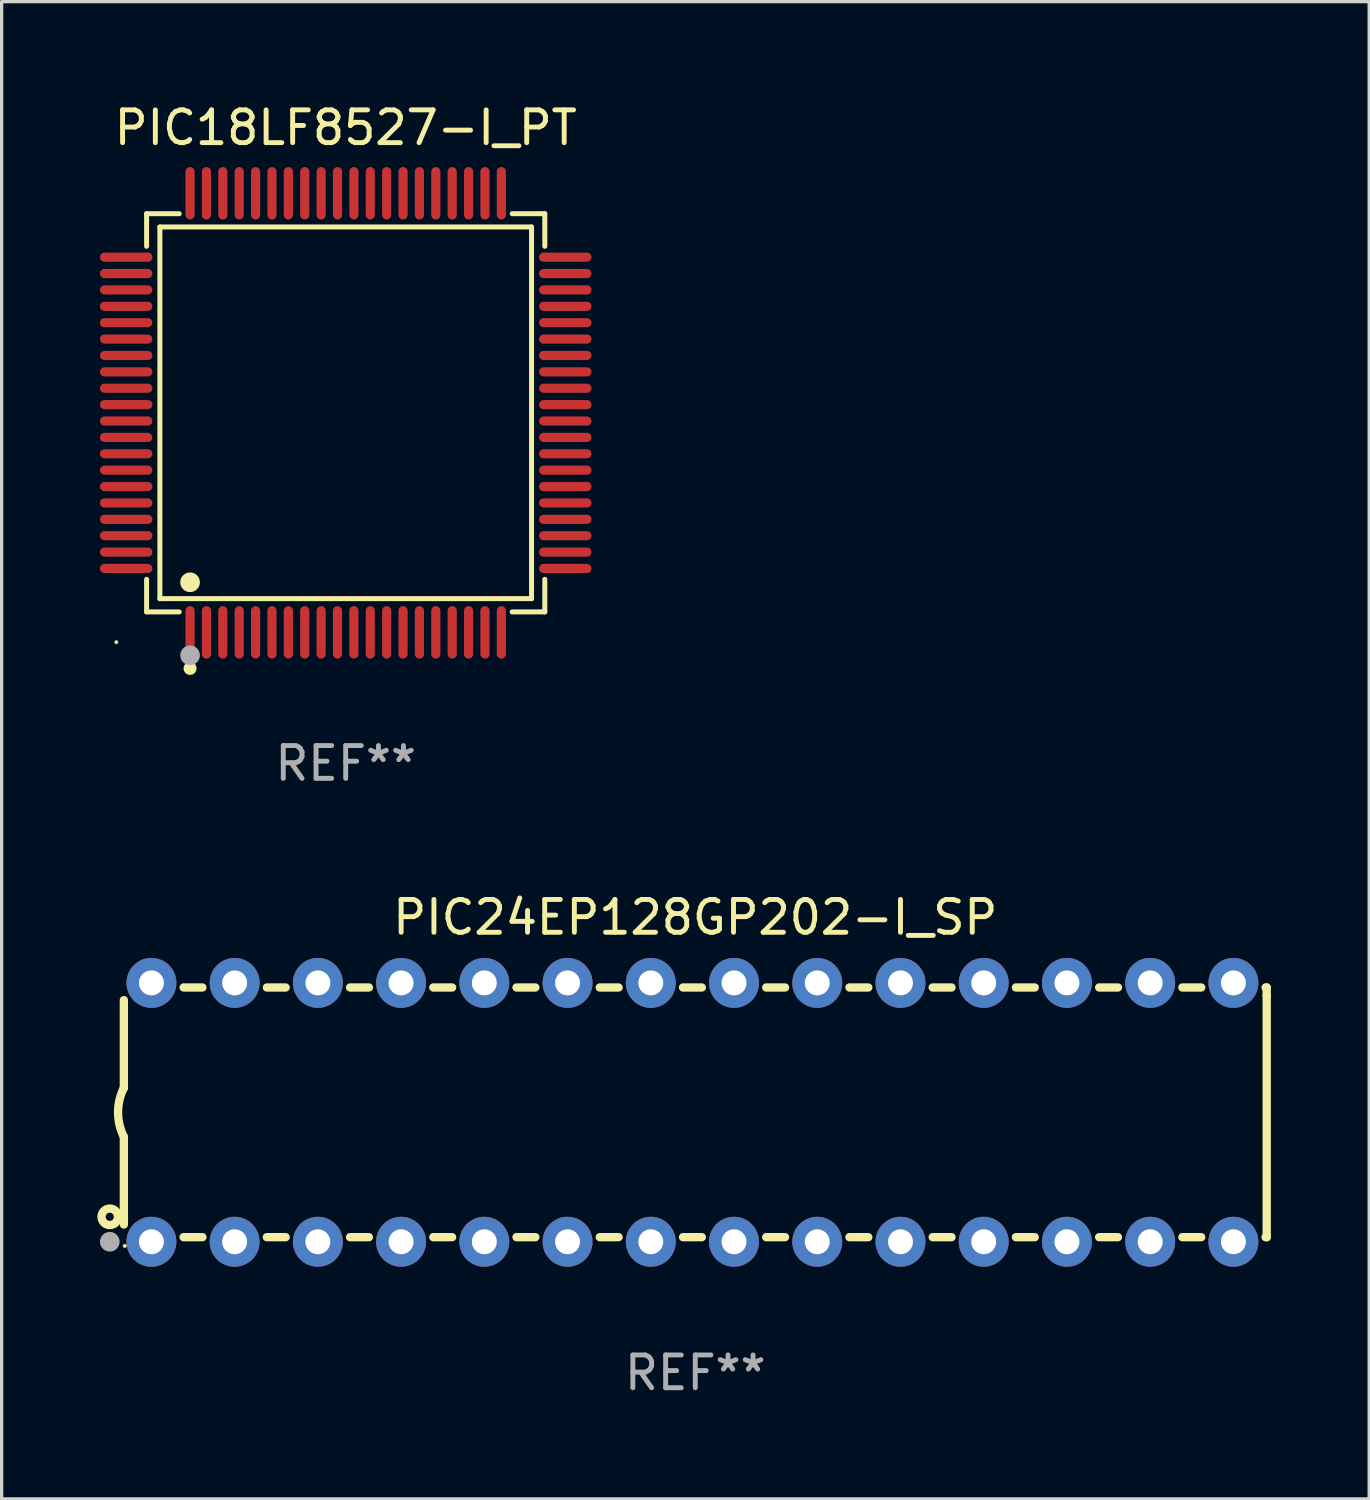
<source format=kicad_pcb>
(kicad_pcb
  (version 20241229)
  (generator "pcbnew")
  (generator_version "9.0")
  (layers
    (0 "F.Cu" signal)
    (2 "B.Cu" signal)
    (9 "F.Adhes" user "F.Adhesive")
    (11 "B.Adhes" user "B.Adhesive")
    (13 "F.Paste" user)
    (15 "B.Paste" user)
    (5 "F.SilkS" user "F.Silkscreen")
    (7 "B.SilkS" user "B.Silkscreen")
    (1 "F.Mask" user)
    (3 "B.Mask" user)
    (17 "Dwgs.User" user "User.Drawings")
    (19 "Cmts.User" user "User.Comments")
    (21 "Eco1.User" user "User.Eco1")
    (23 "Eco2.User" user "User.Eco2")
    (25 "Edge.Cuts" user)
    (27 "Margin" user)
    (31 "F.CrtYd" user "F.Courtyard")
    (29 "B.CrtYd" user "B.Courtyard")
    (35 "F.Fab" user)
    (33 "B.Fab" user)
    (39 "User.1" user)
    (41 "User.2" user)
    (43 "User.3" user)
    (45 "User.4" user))
  (footprint "PIC24EP128GP202-I_SP"
    (layer "F.Cu")
    (at 18.168 30.895)
    (property "Reference" "PIC24EP128GP202-I_SP" (at 0 -5.95 0) (layer "F.SilkS") (effects (font (size 1 1) (thickness 0.15))))
    (attr through_hole)
    (fp_line (start -17.438 0.75) (end -17.438 3.423) (stroke (width 0.254) (type solid)) (layer "F.SilkS"))
    (fp_line (start -17.438 -3.423) (end -17.438 -0.75) (stroke (width 0.254) (type solid)) (layer "F.SilkS"))
    (fp_line (start -15.615 3.81) (end -15.041 3.81) (stroke (width 0.254) (type solid)) (layer "F.SilkS"))
    (fp_line (start -15.041 -3.81) (end -15.614 -3.81) (stroke (width 0.254) (type solid)) (layer "F.SilkS"))
    (fp_line (start -13.075 3.81) (end -12.501 3.81) (stroke (width 0.254) (type solid)) (layer "F.SilkS"))
    (fp_line (start -12.501 -3.81) (end -13.074 -3.81) (stroke (width 0.254) (type solid)) (layer "F.SilkS"))
    (fp_line (start -10.535 3.81) (end -9.961 3.81) (stroke (width 0.254) (type solid)) (layer "F.SilkS"))
    (fp_line (start -9.961 -3.81) (end -10.534 -3.81) (stroke (width 0.254) (type solid)) (layer "F.SilkS"))
    (fp_line (start -7.995 3.81) (end -7.421 3.81) (stroke (width 0.254) (type solid)) (layer "F.SilkS"))
    (fp_line (start -7.421 -3.81) (end -7.995 -3.81) (stroke (width 0.254) (type solid)) (layer "F.SilkS"))
    (fp_line (start -5.455 3.81) (end -4.881 3.81) (stroke (width 0.254) (type solid)) (layer "F.SilkS"))
    (fp_line (start -4.881 -3.81) (end -5.455 -3.81) (stroke (width 0.254) (type solid)) (layer "F.SilkS"))
    (fp_line (start -2.915 3.81) (end -2.341 3.81) (stroke (width 0.254) (type solid)) (layer "F.SilkS"))
    (fp_line (start -2.341 -3.81) (end -2.915 -3.81) (stroke (width 0.254) (type solid)) (layer "F.SilkS"))
    (fp_line (start -0.375 3.81) (end 0.199 3.81) (stroke (width 0.254) (type solid)) (layer "F.SilkS"))
    (fp_line (start 0.199 -3.81) (end -0.375 -3.81) (stroke (width 0.254) (type solid)) (layer "F.SilkS"))
    (fp_line (start 2.165 3.81) (end 2.739 3.81) (stroke (width 0.254) (type solid)) (layer "F.SilkS"))
    (fp_line (start 2.739 -3.81) (end 2.165 -3.81) (stroke (width 0.254) (type solid)) (layer "F.SilkS"))
    (fp_line (start 4.705 3.81) (end 5.279 3.81) (stroke (width 0.254) (type solid)) (layer "F.SilkS"))
    (fp_line (start 5.279 -3.81) (end 4.705 -3.81) (stroke (width 0.254) (type solid)) (layer "F.SilkS"))
    (fp_line (start 7.245 3.81) (end 7.819 3.81) (stroke (width 0.254) (type solid)) (layer "F.SilkS"))
    (fp_line (start 7.819 -3.81) (end 7.245 -3.81) (stroke (width 0.254) (type solid)) (layer "F.SilkS"))
    (fp_line (start 9.785 3.81) (end 10.359 3.81) (stroke (width 0.254) (type solid)) (layer "F.SilkS"))
    (fp_line (start 10.359 -3.81) (end 9.785 -3.81) (stroke (width 0.254) (type solid)) (layer "F.SilkS"))
    (fp_line (start 12.325 3.81) (end 12.899 3.81) (stroke (width 0.254) (type solid)) (layer "F.SilkS"))
    (fp_line (start 12.899 -3.81) (end 12.325 -3.81) (stroke (width 0.254) (type solid)) (layer "F.SilkS"))
    (fp_line (start 14.865 3.81) (end 15.439 3.81) (stroke (width 0.254) (type solid)) (layer "F.SilkS"))
    (fp_line (start 15.439 -3.81) (end 14.865 -3.81) (stroke (width 0.254) (type solid)) (layer "F.SilkS"))
    (fp_line (start 17.405 3.81) (end 17.438 3.81) (stroke (width 0.254) (type solid)) (layer "F.SilkS"))
    (fp_line (start 17.438 -3.81) (end 17.405 -3.81) (stroke (width 0.254) (type solid)) (layer "F.SilkS"))
    (fp_line (start 17.438 -3.556) (end 17.438 -3.81) (stroke (width 0.254) (type solid)) (layer "F.SilkS"))
    (fp_line (start 17.438 3.81) (end 17.438 -3.556) (stroke (width 0.254) (type solid)) (layer "F.SilkS"))
    (fp_arc (start -17.437986 0.749657) (mid -17.614887 -0.000024) (end -17.437783 -0.749657) (stroke (width 0.254001) (type solid)) (layer "F.SilkS"))
    (fp_circle (center -17.868 3.188) (end -17.743 3.188) (stroke (width 0.254) (type solid)) (fill no) (layer "F.SilkS"))
    (fp_circle (center -17.411 4.077) (end -17.381 4.077) (stroke (width 0.06) (type solid)) (fill no) (layer "F.SilkS"))
    (fp_circle (center -17.868 3.95) (end -17.718 3.95) (stroke (width 0.3) (type solid)) (fill no) (layer "F.Fab"))
    (fp_text user "REF**" (at 0 7.95 0) (layer "F.Fab") (effects (font (size 1 1) (thickness 0.15))))
    (pad "1" thru_hole circle (at -16.598 3.95) (size 1.524 1.524) (drill 0.762) (layers "*.Cu" "*.Mask"))
    (pad "2" thru_hole circle (at -14.058 3.95) (size 1.524 1.524) (drill 0.762) (layers "*.Cu" "*.Mask"))
    (pad "3" thru_hole circle (at -11.518 3.95) (size 1.524 1.524) (drill 0.762) (layers "*.Cu" "*.Mask"))
    (pad "4" thru_hole circle (at -8.978 3.95) (size 1.524 1.524) (drill 0.762) (layers "*.Cu" "*.Mask"))
    (pad "5" thru_hole circle (at -6.438 3.95) (size 1.524 1.524) (drill 0.762) (layers "*.Cu" "*.Mask"))
    (pad "6" thru_hole circle (at -3.898 3.95) (size 1.524 1.524) (drill 0.762) (layers "*.Cu" "*.Mask"))
    (pad "7" thru_hole circle (at -1.358 3.95) (size 1.524 1.524) (drill 0.762) (layers "*.Cu" "*.Mask"))
    (pad "8" thru_hole circle (at 1.182 3.95) (size 1.524 1.524) (drill 0.762) (layers "*.Cu" "*.Mask"))
    (pad "9" thru_hole circle (at 3.722 3.95) (size 1.524 1.524) (drill 0.762) (layers "*.Cu" "*.Mask"))
    (pad "10" thru_hole circle (at 6.262 3.95) (size 1.524 1.524) (drill 0.762) (layers "*.Cu" "*.Mask"))
    (pad "11" thru_hole circle (at 8.802 3.95) (size 1.524 1.524) (drill 0.762) (layers "*.Cu" "*.Mask"))
    (pad "12" thru_hole circle (at 11.342 3.95) (size 1.524 1.524) (drill 0.762) (layers "*.Cu" "*.Mask"))
    (pad "13" thru_hole circle (at 13.882 3.95) (size 1.524 1.524) (drill 0.762) (layers "*.Cu" "*.Mask"))
    (pad "14" thru_hole circle (at 16.422 3.95) (size 1.524 1.524) (drill 0.762) (layers "*.Cu" "*.Mask"))
    (pad "15" thru_hole circle (at 16.422 -3.95) (size 1.524 1.524) (drill 0.762) (layers "*.Cu" "*.Mask"))
    (pad "16" thru_hole circle (at 13.882 -3.95) (size 1.524 1.524) (drill 0.762) (layers "*.Cu" "*.Mask"))
    (pad "17" thru_hole circle (at 11.342 -3.95) (size 1.524 1.524) (drill 0.762) (layers "*.Cu" "*.Mask"))
    (pad "18" thru_hole circle (at 8.802 -3.95) (size 1.524 1.524) (drill 0.762) (layers "*.Cu" "*.Mask"))
    (pad "19" thru_hole circle (at 6.262 -3.95) (size 1.524 1.524) (drill 0.762) (layers "*.Cu" "*.Mask"))
    (pad "20" thru_hole circle (at 3.722 -3.95) (size 1.524 1.524) (drill 0.762) (layers "*.Cu" "*.Mask"))
    (pad "21" thru_hole circle (at 1.182 -3.95) (size 1.524 1.524) (drill 0.762) (layers "*.Cu" "*.Mask"))
    (pad "22" thru_hole circle (at -1.358 -3.95) (size 1.524 1.524) (drill 0.762) (layers "*.Cu" "*.Mask"))
    (pad "23" thru_hole circle (at -3.898 -3.95) (size 1.524 1.524) (drill 0.762) (layers "*.Cu" "*.Mask"))
    (pad "24" thru_hole circle (at -6.438 -3.95) (size 1.524 1.524) (drill 0.762) (layers "*.Cu" "*.Mask"))
    (pad "25" thru_hole circle (at -8.978 -3.95) (size 1.524 1.524) (drill 0.762) (layers "*.Cu" "*.Mask"))
    (pad "26" thru_hole circle (at -11.517 -3.95) (size 1.524 1.524) (drill 0.762) (layers "*.Cu" "*.Mask"))
    (pad "27" thru_hole circle (at -14.057 -3.95) (size 1.524 1.524) (drill 0.762) (layers "*.Cu" "*.Mask"))
    (pad "28" thru_hole circle (at -16.597 -3.95) (size 1.524 1.524) (drill 0.762) (layers "*.Cu" "*.Mask")))
  (footprint "PIC18LF8527-I_PT"
    (layer "F.Cu")
    (at 7.5 9.548)
    (property "Reference" "PIC18LF8527-I_PT" (at 0 -8.7 0) (layer "F.SilkS") (effects (font (size 1 1) (thickness 0.15))))
    (attr through_hole)
    (fp_line (start -6.076 -6.076) (end -5.081 -6.076) (stroke (width 0.152) (type solid)) (layer "F.SilkS"))
    (fp_line (start -6.076 -5.081) (end -6.076 -6.076) (stroke (width 0.152) (type solid)) (layer "F.SilkS"))
    (fp_line (start -6.076 5.081) (end -6.076 6.076) (stroke (width 0.152) (type solid)) (layer "F.SilkS"))
    (fp_line (start -6.076 6.076) (end -5.081 6.076) (stroke (width 0.152) (type solid)) (layer "F.SilkS"))
    (fp_line (start -5.671 -5.671) (end 5.671 -5.671) (stroke (width 0.152) (type solid)) (layer "F.SilkS"))
    (fp_line (start -5.671 5.671) (end -5.671 -5.671) (stroke (width 0.152) (type solid)) (layer "F.SilkS"))
    (fp_line (start 5.671 -5.671) (end 5.671 5.671) (stroke (width 0.152) (type solid)) (layer "F.SilkS"))
    (fp_line (start 5.671 5.671) (end -5.671 5.671) (stroke (width 0.152) (type solid)) (layer "F.SilkS"))
    (fp_line (start 6.076 -6.076) (end 5.081 -6.076) (stroke (width 0.152) (type solid)) (layer "F.SilkS"))
    (fp_line (start 6.076 -5.081) (end 6.076 -6.076) (stroke (width 0.152) (type solid)) (layer "F.SilkS"))
    (fp_line (start 6.076 5.081) (end 6.076 6.076) (stroke (width 0.152) (type solid)) (layer "F.SilkS"))
    (fp_line (start 6.076 6.076) (end 5.081 6.076) (stroke (width 0.152) (type solid)) (layer "F.SilkS"))
    (fp_circle (center -7 7) (end -6.97 7) (stroke (width 0.06) (type solid)) (fill no) (layer "F.SilkS"))
    (fp_circle (center -4.75 5.171) (end -4.6 5.171) (stroke (width 0.3) (type solid)) (fill no) (layer "F.SilkS"))
    (fp_circle (center -4.75 7.8) (end -4.65 7.8) (stroke (width 0.2) (type solid)) (fill no) (layer "F.SilkS"))
    (fp_circle (center -4.75 7.4) (end -4.6 7.4) (stroke (width 0.3) (type solid)) (fill no) (layer "F.Fab"))
    (fp_text user "REF**" (at 0 10.7 0) (layer "F.Fab") (effects (font (size 1 1) (thickness 0.15))))
    (pad "1" smd oval (at -4.75 6.7) (size 0.28 1.6) (layers "F.Cu" "F.Mask" "F.Paste"))
    (pad "2" smd oval (at -4.25 6.7) (size 0.28 1.6) (layers "F.Cu" "F.Mask" "F.Paste"))
    (pad "3" smd oval (at -3.75 6.7) (size 0.28 1.6) (layers "F.Cu" "F.Mask" "F.Paste"))
    (pad "4" smd oval (at -3.25 6.7) (size 0.28 1.6) (layers "F.Cu" "F.Mask" "F.Paste"))
    (pad "5" smd oval (at -2.75 6.7) (size 0.28 1.6) (layers "F.Cu" "F.Mask" "F.Paste"))
    (pad "6" smd oval (at -2.25 6.7) (size 0.28 1.6) (layers "F.Cu" "F.Mask" "F.Paste"))
    (pad "7" smd oval (at -1.75 6.7) (size 0.28 1.6) (layers "F.Cu" "F.Mask" "F.Paste"))
    (pad "8" smd oval (at -1.25 6.7) (size 0.28 1.6) (layers "F.Cu" "F.Mask" "F.Paste"))
    (pad "9" smd oval (at -0.75 6.7) (size 0.28 1.6) (layers "F.Cu" "F.Mask" "F.Paste"))
    (pad "10" smd oval (at -0.25 6.7) (size 0.28 1.6) (layers "F.Cu" "F.Mask" "F.Paste"))
    (pad "11" smd oval (at 0.25 6.7) (size 0.28 1.6) (layers "F.Cu" "F.Mask" "F.Paste"))
    (pad "12" smd oval (at 0.75 6.7) (size 0.28 1.6) (layers "F.Cu" "F.Mask" "F.Paste"))
    (pad "13" smd oval (at 1.25 6.7) (size 0.28 1.6) (layers "F.Cu" "F.Mask" "F.Paste"))
    (pad "14" smd oval (at 1.75 6.7) (size 0.28 1.6) (layers "F.Cu" "F.Mask" "F.Paste"))
    (pad "15" smd oval (at 2.25 6.7) (size 0.28 1.6) (layers "F.Cu" "F.Mask" "F.Paste"))
    (pad "16" smd oval (at 2.75 6.7) (size 0.28 1.6) (layers "F.Cu" "F.Mask" "F.Paste"))
    (pad "17" smd oval (at 3.25 6.7) (size 0.28 1.6) (layers "F.Cu" "F.Mask" "F.Paste"))
    (pad "18" smd oval (at 3.75 6.7) (size 0.28 1.6) (layers "F.Cu" "F.Mask" "F.Paste"))
    (pad "19" smd oval (at 4.25 6.7) (size 0.28 1.6) (layers "F.Cu" "F.Mask" "F.Paste"))
    (pad "20" smd oval (at 4.75 6.7) (size 0.28 1.6) (layers "F.Cu" "F.Mask" "F.Paste"))
    (pad "21" smd oval (at 6.7 4.75) (size 1.6 0.28) (layers "F.Cu" "F.Mask" "F.Paste"))
    (pad "22" smd oval (at 6.7 4.25) (size 1.6 0.28) (layers "F.Cu" "F.Mask" "F.Paste"))
    (pad "23" smd oval (at 6.7 3.75) (size 1.6 0.28) (layers "F.Cu" "F.Mask" "F.Paste"))
    (pad "24" smd oval (at 6.7 3.25) (size 1.6 0.28) (layers "F.Cu" "F.Mask" "F.Paste"))
    (pad "25" smd oval (at 6.7 2.75) (size 1.6 0.28) (layers "F.Cu" "F.Mask" "F.Paste"))
    (pad "26" smd oval (at 6.7 2.25) (size 1.6 0.28) (layers "F.Cu" "F.Mask" "F.Paste"))
    (pad "27" smd oval (at 6.7 1.75) (size 1.6 0.28) (layers "F.Cu" "F.Mask" "F.Paste"))
    (pad "28" smd oval (at 6.7 1.25) (size 1.6 0.28) (layers "F.Cu" "F.Mask" "F.Paste"))
    (pad "29" smd oval (at 6.7 0.75) (size 1.6 0.28) (layers "F.Cu" "F.Mask" "F.Paste"))
    (pad "30" smd oval (at 6.7 0.25) (size 1.6 0.28) (layers "F.Cu" "F.Mask" "F.Paste"))
    (pad "31" smd oval (at 6.7 -0.25) (size 1.6 0.28) (layers "F.Cu" "F.Mask" "F.Paste"))
    (pad "32" smd oval (at 6.7 -0.75) (size 1.6 0.28) (layers "F.Cu" "F.Mask" "F.Paste"))
    (pad "33" smd oval (at 6.7 -1.25) (size 1.6 0.28) (layers "F.Cu" "F.Mask" "F.Paste"))
    (pad "34" smd oval (at 6.7 -1.75) (size 1.6 0.28) (layers "F.Cu" "F.Mask" "F.Paste"))
    (pad "35" smd oval (at 6.7 -2.25) (size 1.6 0.28) (layers "F.Cu" "F.Mask" "F.Paste"))
    (pad "36" smd oval (at 6.7 -2.75) (size 1.6 0.28) (layers "F.Cu" "F.Mask" "F.Paste"))
    (pad "37" smd oval (at 6.7 -3.25) (size 1.6 0.28) (layers "F.Cu" "F.Mask" "F.Paste"))
    (pad "38" smd oval (at 6.7 -3.75) (size 1.6 0.28) (layers "F.Cu" "F.Mask" "F.Paste"))
    (pad "39" smd oval (at 6.7 -4.25) (size 1.6 0.28) (layers "F.Cu" "F.Mask" "F.Paste"))
    (pad "40" smd oval (at 6.7 -4.75) (size 1.6 0.28) (layers "F.Cu" "F.Mask" "F.Paste"))
    (pad "41" smd oval (at 4.75 -6.7) (size 0.28 1.6) (layers "F.Cu" "F.Mask" "F.Paste"))
    (pad "42" smd oval (at 4.25 -6.7) (size 0.28 1.6) (layers "F.Cu" "F.Mask" "F.Paste"))
    (pad "43" smd oval (at 3.75 -6.7) (size 0.28 1.6) (layers "F.Cu" "F.Mask" "F.Paste"))
    (pad "44" smd oval (at 3.25 -6.7) (size 0.28 1.6) (layers "F.Cu" "F.Mask" "F.Paste"))
    (pad "45" smd oval (at 2.75 -6.7) (size 0.28 1.6) (layers "F.Cu" "F.Mask" "F.Paste"))
    (pad "46" smd oval (at 2.25 -6.7) (size 0.28 1.6) (layers "F.Cu" "F.Mask" "F.Paste"))
    (pad "47" smd oval (at 1.75 -6.7) (size 0.28 1.6) (layers "F.Cu" "F.Mask" "F.Paste"))
    (pad "48" smd oval (at 1.25 -6.7) (size 0.28 1.6) (layers "F.Cu" "F.Mask" "F.Paste"))
    (pad "49" smd oval (at 0.75 -6.7) (size 0.28 1.6) (layers "F.Cu" "F.Mask" "F.Paste"))
    (pad "50" smd oval (at 0.25 -6.7) (size 0.28 1.6) (layers "F.Cu" "F.Mask" "F.Paste"))
    (pad "51" smd oval (at -0.25 -6.7) (size 0.28 1.6) (layers "F.Cu" "F.Mask" "F.Paste"))
    (pad "52" smd oval (at -0.75 -6.7) (size 0.28 1.6) (layers "F.Cu" "F.Mask" "F.Paste"))
    (pad "53" smd oval (at -1.25 -6.7) (size 0.28 1.6) (layers "F.Cu" "F.Mask" "F.Paste"))
    (pad "54" smd oval (at -1.75 -6.7) (size 0.28 1.6) (layers "F.Cu" "F.Mask" "F.Paste"))
    (pad "55" smd oval (at -2.25 -6.7) (size 0.28 1.6) (layers "F.Cu" "F.Mask" "F.Paste"))
    (pad "56" smd oval (at -2.75 -6.7) (size 0.28 1.6) (layers "F.Cu" "F.Mask" "F.Paste"))
    (pad "57" smd oval (at -3.25 -6.7) (size 0.28 1.6) (layers "F.Cu" "F.Mask" "F.Paste"))
    (pad "58" smd oval (at -3.75 -6.7) (size 0.28 1.6) (layers "F.Cu" "F.Mask" "F.Paste"))
    (pad "59" smd oval (at -4.25 -6.7) (size 0.28 1.6) (layers "F.Cu" "F.Mask" "F.Paste"))
    (pad "60" smd oval (at -4.75 -6.7) (size 0.28 1.6) (layers "F.Cu" "F.Mask" "F.Paste"))
    (pad "61" smd oval (at -6.7 -4.75) (size 1.6 0.28) (layers "F.Cu" "F.Mask" "F.Paste"))
    (pad "62" smd oval (at -6.7 -4.25) (size 1.6 0.28) (layers "F.Cu" "F.Mask" "F.Paste"))
    (pad "63" smd oval (at -6.7 -3.75) (size 1.6 0.28) (layers "F.Cu" "F.Mask" "F.Paste"))
    (pad "64" smd oval (at -6.7 -3.25) (size 1.6 0.28) (layers "F.Cu" "F.Mask" "F.Paste"))
    (pad "65" smd oval (at -6.7 -2.75) (size 1.6 0.28) (layers "F.Cu" "F.Mask" "F.Paste"))
    (pad "66" smd oval (at -6.7 -2.25) (size 1.6 0.28) (layers "F.Cu" "F.Mask" "F.Paste"))
    (pad "67" smd oval (at -6.7 -1.75) (size 1.6 0.28) (layers "F.Cu" "F.Mask" "F.Paste"))
    (pad "68" smd oval (at -6.7 -1.25) (size 1.6 0.28) (layers "F.Cu" "F.Mask" "F.Paste"))
    (pad "69" smd oval (at -6.7 -0.75) (size 1.6 0.28) (layers "F.Cu" "F.Mask" "F.Paste"))
    (pad "70" smd oval (at -6.7 -0.25) (size 1.6 0.28) (layers "F.Cu" "F.Mask" "F.Paste"))
    (pad "71" smd oval (at -6.7 0.25) (size 1.6 0.28) (layers "F.Cu" "F.Mask" "F.Paste"))
    (pad "72" smd oval (at -6.7 0.75) (size 1.6 0.28) (layers "F.Cu" "F.Mask" "F.Paste"))
    (pad "73" smd oval (at -6.7 1.25) (size 1.6 0.28) (layers "F.Cu" "F.Mask" "F.Paste"))
    (pad "74" smd oval (at -6.7 1.75) (size 1.6 0.28) (layers "F.Cu" "F.Mask" "F.Paste"))
    (pad "75" smd oval (at -6.7 2.25) (size 1.6 0.28) (layers "F.Cu" "F.Mask" "F.Paste"))
    (pad "76" smd oval (at -6.7 2.75) (size 1.6 0.28) (layers "F.Cu" "F.Mask" "F.Paste"))
    (pad "77" smd oval (at -6.7 3.25) (size 1.6 0.28) (layers "F.Cu" "F.Mask" "F.Paste"))
    (pad "78" smd oval (at -6.7 3.75) (size 1.6 0.28) (layers "F.Cu" "F.Mask" "F.Paste"))
    (pad "79" smd oval (at -6.7 4.25) (size 1.6 0.28) (layers "F.Cu" "F.Mask" "F.Paste"))
    (pad "80" smd oval (at -6.7 4.75) (size 1.6 0.28) (layers "F.Cu" "F.Mask" "F.Paste")))
  (gr_rect
    (start -3 -3)
    (end 38.733 42.693)
    (stroke (width 0.1) (type default))
    (fill no)
    (layer "Edge.Cuts")))
</source>
